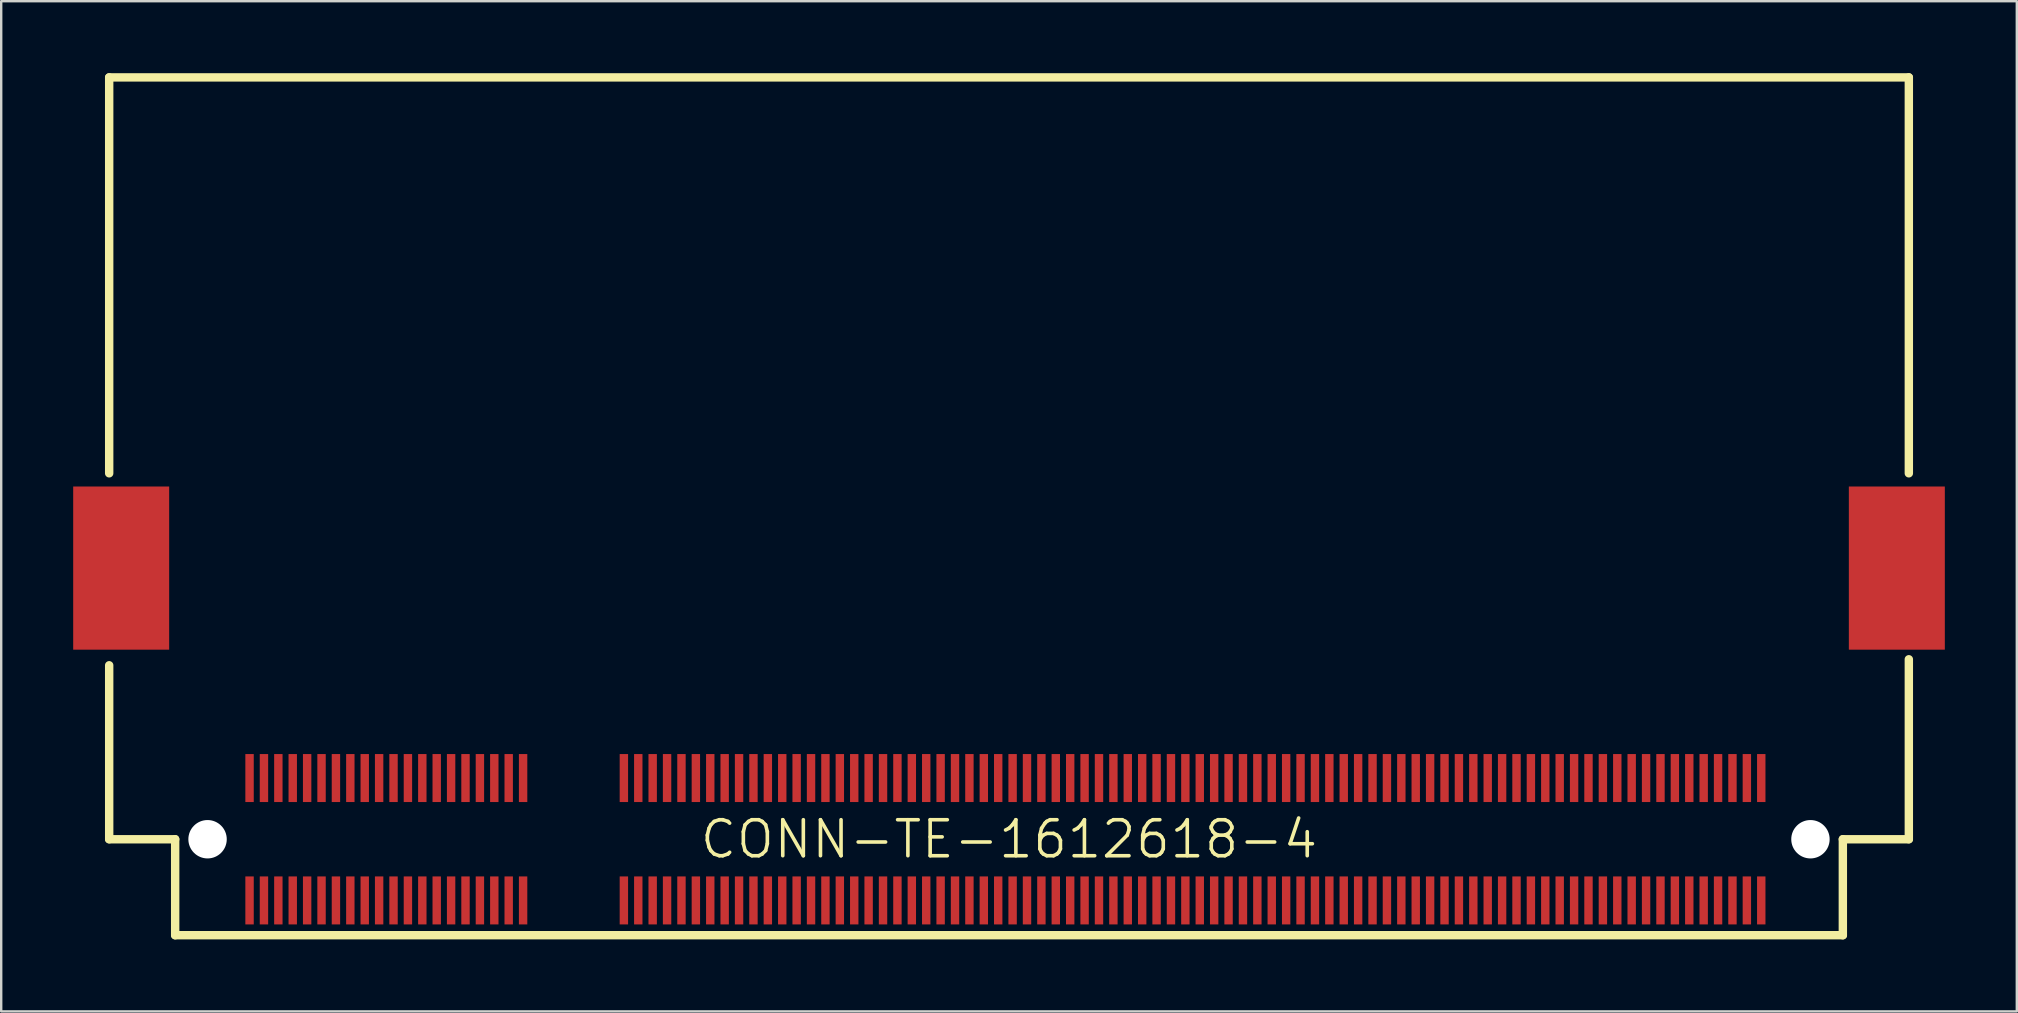
<source format=kicad_pcb>
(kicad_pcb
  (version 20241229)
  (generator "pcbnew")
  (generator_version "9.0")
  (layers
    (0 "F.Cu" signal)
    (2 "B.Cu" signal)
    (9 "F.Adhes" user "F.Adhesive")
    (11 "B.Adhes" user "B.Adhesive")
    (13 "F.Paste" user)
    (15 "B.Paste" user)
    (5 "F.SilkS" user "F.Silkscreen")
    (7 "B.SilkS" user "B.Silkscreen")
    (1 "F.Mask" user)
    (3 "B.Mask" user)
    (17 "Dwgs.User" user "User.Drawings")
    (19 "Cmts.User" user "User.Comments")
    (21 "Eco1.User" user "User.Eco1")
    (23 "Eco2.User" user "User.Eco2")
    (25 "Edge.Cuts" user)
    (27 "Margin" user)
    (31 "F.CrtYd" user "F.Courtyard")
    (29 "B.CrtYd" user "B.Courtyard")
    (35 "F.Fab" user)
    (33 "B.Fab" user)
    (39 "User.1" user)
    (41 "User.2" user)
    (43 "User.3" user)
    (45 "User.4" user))
  (footprint "CONN-TE-1612618-4"
    (layer "F.Cu")
    (at 39 31.925)
    (property "Reference" "CONN-TE-1612618-4" (at 0 0 0) (layer "F.SilkS") (effects (font (size 1.5 1.5) (thickness 0.15))))
    (attr through_hole)
    (fp_line (start -37.5 -31.75) (end -37.5 -15.25) (stroke (width 0.35) (type solid)) (layer "F.SilkS"))
    (fp_line (start -37.5 -31.75) (end 37.5 -31.75) (stroke (width 0.35) (type solid)) (layer "F.SilkS"))
    (fp_line (start -37.5 0) (end -37.5 -7.25) (stroke (width 0.35) (type solid)) (layer "F.SilkS"))
    (fp_line (start -37.5 0) (end -34.75 0) (stroke (width 0.35) (type solid)) (layer "F.SilkS"))
    (fp_line (start -34.75 0) (end -34.75 4) (stroke (width 0.35) (type solid)) (layer "F.SilkS"))
    (fp_line (start -34.75 4) (end 34.75 4) (stroke (width 0.35) (type solid)) (layer "F.SilkS"))
    (fp_line (start 34.75 0) (end 37.5 0) (stroke (width 0.35) (type solid)) (layer "F.SilkS"))
    (fp_line (start 34.75 4) (end 34.75 0) (stroke (width 0.35) (type solid)) (layer "F.SilkS"))
    (fp_line (start 37.5 -31.75) (end 37.5 -15.25) (stroke (width 0.35) (type solid)) (layer "F.SilkS"))
    (fp_line (start 37.5 0) (end 37.5 -7.5) (stroke (width 0.35) (type solid)) (layer "F.SilkS"))
    (pad "" np_thru_hole circle (at -33.4 0) (size 1.6 1.6) (drill 1.6) (layers "*.Cu" "*.Mask"))
    (pad "" np_thru_hole circle (at 33.4 0) (size 1.6 1.6) (drill 1.6) (layers "*.Cu" "*.Mask"))
    (pad "1" smd rect (at -31.65 2.55) (size 0.35 2) (layers "F.Cu" "F.Mask" "F.Paste"))
    (pad "2" smd rect (at -31.65 -2.55) (size 0.35 2) (layers "F.Cu" "F.Mask" "F.Paste"))
    (pad "3" smd rect (at -31.05 2.55) (size 0.35 2) (layers "F.Cu" "F.Mask" "F.Paste"))
    (pad "4" smd rect (at -31.05 -2.55) (size 0.35 2) (layers "F.Cu" "F.Mask" "F.Paste"))
    (pad "5" smd rect (at -30.45 2.55) (size 0.35 2) (layers "F.Cu" "F.Mask" "F.Paste"))
    (pad "6" smd rect (at -30.45 -2.55) (size 0.35 2) (layers "F.Cu" "F.Mask" "F.Paste"))
    (pad "7" smd rect (at -29.85 2.55) (size 0.35 2) (layers "F.Cu" "F.Mask" "F.Paste"))
    (pad "8" smd rect (at -29.85 -2.55) (size 0.35 2) (layers "F.Cu" "F.Mask" "F.Paste"))
    (pad "9" smd rect (at -29.25 2.55) (size 0.35 2) (layers "F.Cu" "F.Mask" "F.Paste"))
    (pad "10" smd rect (at -29.25 -2.55) (size 0.35 2) (layers "F.Cu" "F.Mask" "F.Paste"))
    (pad "11" smd rect (at -28.65 2.55) (size 0.35 2) (layers "F.Cu" "F.Mask" "F.Paste"))
    (pad "12" smd rect (at -28.65 -2.55) (size 0.35 2) (layers "F.Cu" "F.Mask" "F.Paste"))
    (pad "13" smd rect (at -28.05 2.55) (size 0.35 2) (layers "F.Cu" "F.Mask" "F.Paste"))
    (pad "14" smd rect (at -28.05 -2.55) (size 0.35 2) (layers "F.Cu" "F.Mask" "F.Paste"))
    (pad "15" smd rect (at -27.45 2.55) (size 0.35 2) (layers "F.Cu" "F.Mask" "F.Paste"))
    (pad "16" smd rect (at -27.45 -2.55) (size 0.35 2) (layers "F.Cu" "F.Mask" "F.Paste"))
    (pad "17" smd rect (at -26.85 2.55) (size 0.35 2) (layers "F.Cu" "F.Mask" "F.Paste"))
    (pad "18" smd rect (at -26.85 -2.55) (size 0.35 2) (layers "F.Cu" "F.Mask" "F.Paste"))
    (pad "19" smd rect (at -26.25 2.55) (size 0.35 2) (layers "F.Cu" "F.Mask" "F.Paste"))
    (pad "20" smd rect (at -26.25 -2.55) (size 0.35 2) (layers "F.Cu" "F.Mask" "F.Paste"))
    (pad "21" smd rect (at -25.65 2.55) (size 0.35 2) (layers "F.Cu" "F.Mask" "F.Paste"))
    (pad "22" smd rect (at -25.65 -2.55) (size 0.35 2) (layers "F.Cu" "F.Mask" "F.Paste"))
    (pad "23" smd rect (at -25.05 2.55) (size 0.35 2) (layers "F.Cu" "F.Mask" "F.Paste"))
    (pad "24" smd rect (at -25.05 -2.55) (size 0.35 2) (layers "F.Cu" "F.Mask" "F.Paste"))
    (pad "25" smd rect (at -24.45 2.55) (size 0.35 2) (layers "F.Cu" "F.Mask" "F.Paste"))
    (pad "26" smd rect (at -24.45 -2.55) (size 0.35 2) (layers "F.Cu" "F.Mask" "F.Paste"))
    (pad "27" smd rect (at -23.85 2.55) (size 0.35 2) (layers "F.Cu" "F.Mask" "F.Paste"))
    (pad "28" smd rect (at -23.85 -2.55) (size 0.35 2) (layers "F.Cu" "F.Mask" "F.Paste"))
    (pad "29" smd rect (at -23.25 2.55) (size 0.35 2) (layers "F.Cu" "F.Mask" "F.Paste"))
    (pad "30" smd rect (at -23.25 -2.55) (size 0.35 2) (layers "F.Cu" "F.Mask" "F.Paste"))
    (pad "31" smd rect (at -22.65 2.55) (size 0.35 2) (layers "F.Cu" "F.Mask" "F.Paste"))
    (pad "32" smd rect (at -22.65 -2.55) (size 0.35 2) (layers "F.Cu" "F.Mask" "F.Paste"))
    (pad "33" smd rect (at -22.05 2.55) (size 0.35 2) (layers "F.Cu" "F.Mask" "F.Paste"))
    (pad "34" smd rect (at -22.05 -2.55) (size 0.35 2) (layers "F.Cu" "F.Mask" "F.Paste"))
    (pad "35" smd rect (at -21.45 2.55) (size 0.35 2) (layers "F.Cu" "F.Mask" "F.Paste"))
    (pad "36" smd rect (at -21.45 -2.55) (size 0.35 2) (layers "F.Cu" "F.Mask" "F.Paste"))
    (pad "37" smd rect (at -20.85 2.55) (size 0.35 2) (layers "F.Cu" "F.Mask" "F.Paste"))
    (pad "38" smd rect (at -20.85 -2.55) (size 0.35 2) (layers "F.Cu" "F.Mask" "F.Paste"))
    (pad "39" smd rect (at -20.25 2.55) (size 0.35 2) (layers "F.Cu" "F.Mask" "F.Paste"))
    (pad "40" smd rect (at -20.25 -2.55) (size 0.35 2) (layers "F.Cu" "F.Mask" "F.Paste"))
    (pad "41" smd rect (at -16.05 2.55) (size 0.35 2) (layers "F.Cu" "F.Mask" "F.Paste"))
    (pad "42" smd rect (at -16.05 -2.55) (size 0.35 2) (layers "F.Cu" "F.Mask" "F.Paste"))
    (pad "43" smd rect (at -15.45 2.55) (size 0.35 2) (layers "F.Cu" "F.Mask" "F.Paste"))
    (pad "44" smd rect (at -15.45 -2.55) (size 0.35 2) (layers "F.Cu" "F.Mask" "F.Paste"))
    (pad "45" smd rect (at -14.85 2.55) (size 0.35 2) (layers "F.Cu" "F.Mask" "F.Paste"))
    (pad "46" smd rect (at -14.85 -2.55) (size 0.35 2) (layers "F.Cu" "F.Mask" "F.Paste"))
    (pad "47" smd rect (at -14.25 2.55) (size 0.35 2) (layers "F.Cu" "F.Mask" "F.Paste"))
    (pad "48" smd rect (at -14.25 -2.55) (size 0.35 2) (layers "F.Cu" "F.Mask" "F.Paste"))
    (pad "49" smd rect (at -13.65 2.55) (size 0.35 2) (layers "F.Cu" "F.Mask" "F.Paste"))
    (pad "50" smd rect (at -13.65 -2.55) (size 0.35 2) (layers "F.Cu" "F.Mask" "F.Paste"))
    (pad "51" smd rect (at -13.05 2.55) (size 0.35 2) (layers "F.Cu" "F.Mask" "F.Paste"))
    (pad "52" smd rect (at -13.05 -2.55) (size 0.35 2) (layers "F.Cu" "F.Mask" "F.Paste"))
    (pad "53" smd rect (at -12.45 2.55) (size 0.35 2) (layers "F.Cu" "F.Mask" "F.Paste"))
    (pad "54" smd rect (at -12.45 -2.55) (size 0.35 2) (layers "F.Cu" "F.Mask" "F.Paste"))
    (pad "55" smd rect (at -11.85 2.55) (size 0.35 2) (layers "F.Cu" "F.Mask" "F.Paste"))
    (pad "56" smd rect (at -11.85 -2.55) (size 0.35 2) (layers "F.Cu" "F.Mask" "F.Paste"))
    (pad "57" smd rect (at -11.25 2.55) (size 0.35 2) (layers "F.Cu" "F.Mask" "F.Paste"))
    (pad "58" smd rect (at -11.25 -2.55) (size 0.35 2) (layers "F.Cu" "F.Mask" "F.Paste"))
    (pad "59" smd rect (at -10.65 2.55) (size 0.35 2) (layers "F.Cu" "F.Mask" "F.Paste"))
    (pad "60" smd rect (at -10.65 -2.55) (size 0.35 2) (layers "F.Cu" "F.Mask" "F.Paste"))
    (pad "61" smd rect (at -10.05 2.55) (size 0.35 2) (layers "F.Cu" "F.Mask" "F.Paste"))
    (pad "62" smd rect (at -10.05 -2.55) (size 0.35 2) (layers "F.Cu" "F.Mask" "F.Paste"))
    (pad "63" smd rect (at -9.45 2.55) (size 0.35 2) (layers "F.Cu" "F.Mask" "F.Paste"))
    (pad "64" smd rect (at -9.45 -2.55) (size 0.35 2) (layers "F.Cu" "F.Mask" "F.Paste"))
    (pad "65" smd rect (at -8.85 2.55) (size 0.35 2) (layers "F.Cu" "F.Mask" "F.Paste"))
    (pad "66" smd rect (at -8.85 -2.55) (size 0.35 2) (layers "F.Cu" "F.Mask" "F.Paste"))
    (pad "67" smd rect (at -8.25 2.55) (size 0.35 2) (layers "F.Cu" "F.Mask" "F.Paste"))
    (pad "68" smd rect (at -8.25 -2.55) (size 0.35 2) (layers "F.Cu" "F.Mask" "F.Paste"))
    (pad "69" smd rect (at -7.65 2.55) (size 0.35 2) (layers "F.Cu" "F.Mask" "F.Paste"))
    (pad "70" smd rect (at -7.65 -2.55) (size 0.35 2) (layers "F.Cu" "F.Mask" "F.Paste"))
    (pad "71" smd rect (at -7.05 2.55) (size 0.35 2) (layers "F.Cu" "F.Mask" "F.Paste"))
    (pad "72" smd rect (at -7.05 -2.55) (size 0.35 2) (layers "F.Cu" "F.Mask" "F.Paste"))
    (pad "73" smd rect (at -6.45 2.55) (size 0.35 2) (layers "F.Cu" "F.Mask" "F.Paste"))
    (pad "74" smd rect (at -6.45 -2.55) (size 0.35 2) (layers "F.Cu" "F.Mask" "F.Paste"))
    (pad "75" smd rect (at -5.85 2.55) (size 0.35 2) (layers "F.Cu" "F.Mask" "F.Paste"))
    (pad "76" smd rect (at -5.85 -2.55) (size 0.35 2) (layers "F.Cu" "F.Mask" "F.Paste"))
    (pad "77" smd rect (at -5.25 2.55) (size 0.35 2) (layers "F.Cu" "F.Mask" "F.Paste"))
    (pad "78" smd rect (at -5.25 -2.55) (size 0.35 2) (layers "F.Cu" "F.Mask" "F.Paste"))
    (pad "79" smd rect (at -4.65 2.55) (size 0.35 2) (layers "F.Cu" "F.Mask" "F.Paste"))
    (pad "80" smd rect (at -4.65 -2.55) (size 0.35 2) (layers "F.Cu" "F.Mask" "F.Paste"))
    (pad "81" smd rect (at -4.05 2.55) (size 0.35 2) (layers "F.Cu" "F.Mask" "F.Paste"))
    (pad "82" smd rect (at -4.05 -2.55) (size 0.35 2) (layers "F.Cu" "F.Mask" "F.Paste"))
    (pad "83" smd rect (at -3.45 2.55) (size 0.35 2) (layers "F.Cu" "F.Mask" "F.Paste"))
    (pad "84" smd rect (at -3.45 -2.55) (size 0.35 2) (layers "F.Cu" "F.Mask" "F.Paste"))
    (pad "85" smd rect (at -2.85 2.55) (size 0.35 2) (layers "F.Cu" "F.Mask" "F.Paste"))
    (pad "86" smd rect (at -2.85 -2.55) (size 0.35 2) (layers "F.Cu" "F.Mask" "F.Paste"))
    (pad "87" smd rect (at -2.25 2.55) (size 0.35 2) (layers "F.Cu" "F.Mask" "F.Paste"))
    (pad "88" smd rect (at -2.25 -2.55) (size 0.35 2) (layers "F.Cu" "F.Mask" "F.Paste"))
    (pad "89" smd rect (at -1.65 2.55) (size 0.35 2) (layers "F.Cu" "F.Mask" "F.Paste"))
    (pad "90" smd rect (at -1.65 -2.55) (size 0.35 2) (layers "F.Cu" "F.Mask" "F.Paste"))
    (pad "91" smd rect (at -1.05 2.55) (size 0.35 2) (layers "F.Cu" "F.Mask" "F.Paste"))
    (pad "92" smd rect (at -1.05 -2.55) (size 0.35 2) (layers "F.Cu" "F.Mask" "F.Paste"))
    (pad "93" smd rect (at -0.45 2.55) (size 0.35 2) (layers "F.Cu" "F.Mask" "F.Paste"))
    (pad "94" smd rect (at -0.45 -2.55) (size 0.35 2) (layers "F.Cu" "F.Mask" "F.Paste"))
    (pad "95" smd rect (at 0.15 2.55) (size 0.35 2) (layers "F.Cu" "F.Mask" "F.Paste"))
    (pad "96" smd rect (at 0.15 -2.55) (size 0.35 2) (layers "F.Cu" "F.Mask" "F.Paste"))
    (pad "97" smd rect (at 0.75 2.55) (size 0.35 2) (layers "F.Cu" "F.Mask" "F.Paste"))
    (pad "98" smd rect (at 0.75 -2.55) (size 0.35 2) (layers "F.Cu" "F.Mask" "F.Paste"))
    (pad "99" smd rect (at 1.35 2.55) (size 0.35 2) (layers "F.Cu" "F.Mask" "F.Paste"))
    (pad "100" smd rect (at 1.35 -2.55) (size 0.35 2) (layers "F.Cu" "F.Mask" "F.Paste"))
    (pad "101" smd rect (at 1.95 2.55) (size 0.35 2) (layers "F.Cu" "F.Mask" "F.Paste"))
    (pad "102" smd rect (at 1.95 -2.55) (size 0.35 2) (layers "F.Cu" "F.Mask" "F.Paste"))
    (pad "103" smd rect (at 2.55 2.55) (size 0.35 2) (layers "F.Cu" "F.Mask" "F.Paste"))
    (pad "104" smd rect (at 2.55 -2.55) (size 0.35 2) (layers "F.Cu" "F.Mask" "F.Paste"))
    (pad "105" smd rect (at 3.15 2.55) (size 0.35 2) (layers "F.Cu" "F.Mask" "F.Paste"))
    (pad "106" smd rect (at 3.15 -2.55) (size 0.35 2) (layers "F.Cu" "F.Mask" "F.Paste"))
    (pad "107" smd rect (at 3.75 2.55) (size 0.35 2) (layers "F.Cu" "F.Mask" "F.Paste"))
    (pad "108" smd rect (at 3.75 -2.55) (size 0.35 2) (layers "F.Cu" "F.Mask" "F.Paste"))
    (pad "109" smd rect (at 4.35 2.55) (size 0.35 2) (layers "F.Cu" "F.Mask" "F.Paste"))
    (pad "110" smd rect (at 4.35 -2.55) (size 0.35 2) (layers "F.Cu" "F.Mask" "F.Paste"))
    (pad "111" smd rect (at 4.95 2.55) (size 0.35 2) (layers "F.Cu" "F.Mask" "F.Paste"))
    (pad "112" smd rect (at 4.95 -2.55) (size 0.35 2) (layers "F.Cu" "F.Mask" "F.Paste"))
    (pad "113" smd rect (at 5.55 2.55) (size 0.35 2) (layers "F.Cu" "F.Mask" "F.Paste"))
    (pad "114" smd rect (at 5.55 -2.55) (size 0.35 2) (layers "F.Cu" "F.Mask" "F.Paste"))
    (pad "115" smd rect (at 6.15 2.55) (size 0.35 2) (layers "F.Cu" "F.Mask" "F.Paste"))
    (pad "116" smd rect (at 6.15 -2.55) (size 0.35 2) (layers "F.Cu" "F.Mask" "F.Paste"))
    (pad "117" smd rect (at 6.75 2.55) (size 0.35 2) (layers "F.Cu" "F.Mask" "F.Paste"))
    (pad "118" smd rect (at 6.75 -2.55) (size 0.35 2) (layers "F.Cu" "F.Mask" "F.Paste"))
    (pad "119" smd rect (at 7.35 2.55) (size 0.35 2) (layers "F.Cu" "F.Mask" "F.Paste"))
    (pad "120" smd rect (at 7.35 -2.55) (size 0.35 2) (layers "F.Cu" "F.Mask" "F.Paste"))
    (pad "121" smd rect (at 7.95 2.55) (size 0.35 2) (layers "F.Cu" "F.Mask" "F.Paste"))
    (pad "122" smd rect (at 7.95 -2.55) (size 0.35 2) (layers "F.Cu" "F.Mask" "F.Paste"))
    (pad "123" smd rect (at 8.55 2.55) (size 0.35 2) (layers "F.Cu" "F.Mask" "F.Paste"))
    (pad "124" smd rect (at 8.55 -2.55) (size 0.35 2) (layers "F.Cu" "F.Mask" "F.Paste"))
    (pad "125" smd rect (at 9.15 2.55) (size 0.35 2) (layers "F.Cu" "F.Mask" "F.Paste"))
    (pad "126" smd rect (at 9.15 -2.55) (size 0.35 2) (layers "F.Cu" "F.Mask" "F.Paste"))
    (pad "127" smd rect (at 9.75 2.55) (size 0.35 2) (layers "F.Cu" "F.Mask" "F.Paste"))
    (pad "128" smd rect (at 9.75 -2.55) (size 0.35 2) (layers "F.Cu" "F.Mask" "F.Paste"))
    (pad "129" smd rect (at 10.35 2.55) (size 0.35 2) (layers "F.Cu" "F.Mask" "F.Paste"))
    (pad "130" smd rect (at 10.35 -2.55) (size 0.35 2) (layers "F.Cu" "F.Mask" "F.Paste"))
    (pad "131" smd rect (at 10.95 2.55) (size 0.35 2) (layers "F.Cu" "F.Mask" "F.Paste"))
    (pad "132" smd rect (at 10.95 -2.55) (size 0.35 2) (layers "F.Cu" "F.Mask" "F.Paste"))
    (pad "133" smd rect (at 11.55 2.55) (size 0.35 2) (layers "F.Cu" "F.Mask" "F.Paste"))
    (pad "134" smd rect (at 11.55 -2.55) (size 0.35 2) (layers "F.Cu" "F.Mask" "F.Paste"))
    (pad "135" smd rect (at 12.15 2.55) (size 0.35 2) (layers "F.Cu" "F.Mask" "F.Paste"))
    (pad "136" smd rect (at 12.15 -2.55) (size 0.35 2) (layers "F.Cu" "F.Mask" "F.Paste"))
    (pad "137" smd rect (at 12.75 2.55) (size 0.35 2) (layers "F.Cu" "F.Mask" "F.Paste"))
    (pad "138" smd rect (at 12.75 -2.55) (size 0.35 2) (layers "F.Cu" "F.Mask" "F.Paste"))
    (pad "139" smd rect (at 13.35 2.55) (size 0.35 2) (layers "F.Cu" "F.Mask" "F.Paste"))
    (pad "140" smd rect (at 13.35 -2.55) (size 0.35 2) (layers "F.Cu" "F.Mask" "F.Paste"))
    (pad "141" smd rect (at 13.95 2.55) (size 0.35 2) (layers "F.Cu" "F.Mask" "F.Paste"))
    (pad "142" smd rect (at 13.95 -2.55) (size 0.35 2) (layers "F.Cu" "F.Mask" "F.Paste"))
    (pad "143" smd rect (at 14.55 2.55) (size 0.35 2) (layers "F.Cu" "F.Mask" "F.Paste"))
    (pad "144" smd rect (at 14.55 -2.55) (size 0.35 2) (layers "F.Cu" "F.Mask" "F.Paste"))
    (pad "145" smd rect (at 15.15 2.55) (size 0.35 2) (layers "F.Cu" "F.Mask" "F.Paste"))
    (pad "146" smd rect (at 15.15 -2.55) (size 0.35 2) (layers "F.Cu" "F.Mask" "F.Paste"))
    (pad "147" smd rect (at 15.75 2.55) (size 0.35 2) (layers "F.Cu" "F.Mask" "F.Paste"))
    (pad "148" smd rect (at 15.75 -2.55) (size 0.35 2) (layers "F.Cu" "F.Mask" "F.Paste"))
    (pad "149" smd rect (at 16.35 2.55) (size 0.35 2) (layers "F.Cu" "F.Mask" "F.Paste"))
    (pad "150" smd rect (at 16.35 -2.55) (size 0.35 2) (layers "F.Cu" "F.Mask" "F.Paste"))
    (pad "151" smd rect (at 16.95 2.55) (size 0.35 2) (layers "F.Cu" "F.Mask" "F.Paste"))
    (pad "152" smd rect (at 16.95 -2.55) (size 0.35 2) (layers "F.Cu" "F.Mask" "F.Paste"))
    (pad "153" smd rect (at 17.55 2.55) (size 0.35 2) (layers "F.Cu" "F.Mask" "F.Paste"))
    (pad "154" smd rect (at 17.55 -2.55) (size 0.35 2) (layers "F.Cu" "F.Mask" "F.Paste"))
    (pad "155" smd rect (at 18.15 2.55) (size 0.35 2) (layers "F.Cu" "F.Mask" "F.Paste"))
    (pad "156" smd rect (at 18.15 -2.55) (size 0.35 2) (layers "F.Cu" "F.Mask" "F.Paste"))
    (pad "157" smd rect (at 18.75 2.55) (size 0.35 2) (layers "F.Cu" "F.Mask" "F.Paste"))
    (pad "158" smd rect (at 18.75 -2.55) (size 0.35 2) (layers "F.Cu" "F.Mask" "F.Paste"))
    (pad "159" smd rect (at 19.35 2.55) (size 0.35 2) (layers "F.Cu" "F.Mask" "F.Paste"))
    (pad "160" smd rect (at 19.35 -2.55) (size 0.35 2) (layers "F.Cu" "F.Mask" "F.Paste"))
    (pad "161" smd rect (at 19.95 2.55) (size 0.35 2) (layers "F.Cu" "F.Mask" "F.Paste"))
    (pad "162" smd rect (at 19.95 -2.55) (size 0.35 2) (layers "F.Cu" "F.Mask" "F.Paste"))
    (pad "163" smd rect (at 20.55 2.55) (size 0.35 2) (layers "F.Cu" "F.Mask" "F.Paste"))
    (pad "164" smd rect (at 20.55 -2.55) (size 0.35 2) (layers "F.Cu" "F.Mask" "F.Paste"))
    (pad "165" smd rect (at 21.15 2.55) (size 0.35 2) (layers "F.Cu" "F.Mask" "F.Paste"))
    (pad "166" smd rect (at 21.15 -2.55) (size 0.35 2) (layers "F.Cu" "F.Mask" "F.Paste"))
    (pad "167" smd rect (at 21.75 2.55) (size 0.35 2) (layers "F.Cu" "F.Mask" "F.Paste"))
    (pad "168" smd rect (at 21.75 -2.55) (size 0.35 2) (layers "F.Cu" "F.Mask" "F.Paste"))
    (pad "169" smd rect (at 22.35 2.55) (size 0.35 2) (layers "F.Cu" "F.Mask" "F.Paste"))
    (pad "170" smd rect (at 22.35 -2.55) (size 0.35 2) (layers "F.Cu" "F.Mask" "F.Paste"))
    (pad "171" smd rect (at 22.95 2.55) (size 0.35 2) (layers "F.Cu" "F.Mask" "F.Paste"))
    (pad "172" smd rect (at 22.95 -2.55) (size 0.35 2) (layers "F.Cu" "F.Mask" "F.Paste"))
    (pad "173" smd rect (at 23.55 2.55) (size 0.35 2) (layers "F.Cu" "F.Mask" "F.Paste"))
    (pad "174" smd rect (at 23.55 -2.55) (size 0.35 2) (layers "F.Cu" "F.Mask" "F.Paste"))
    (pad "175" smd rect (at 24.15 2.55) (size 0.35 2) (layers "F.Cu" "F.Mask" "F.Paste"))
    (pad "176" smd rect (at 24.15 -2.55) (size 0.35 2) (layers "F.Cu" "F.Mask" "F.Paste"))
    (pad "177" smd rect (at 24.75 2.55) (size 0.35 2) (layers "F.Cu" "F.Mask" "F.Paste"))
    (pad "178" smd rect (at 24.75 -2.55) (size 0.35 2) (layers "F.Cu" "F.Mask" "F.Paste"))
    (pad "179" smd rect (at 25.35 2.55) (size 0.35 2) (layers "F.Cu" "F.Mask" "F.Paste"))
    (pad "180" smd rect (at 25.35 -2.55) (size 0.35 2) (layers "F.Cu" "F.Mask" "F.Paste"))
    (pad "181" smd rect (at 25.95 2.55) (size 0.35 2) (layers "F.Cu" "F.Mask" "F.Paste"))
    (pad "182" smd rect (at 25.95 -2.55) (size 0.35 2) (layers "F.Cu" "F.Mask" "F.Paste"))
    (pad "183" smd rect (at 26.55 2.55) (size 0.35 2) (layers "F.Cu" "F.Mask" "F.Paste"))
    (pad "184" smd rect (at 26.55 -2.55) (size 0.35 2) (layers "F.Cu" "F.Mask" "F.Paste"))
    (pad "185" smd rect (at 27.15 2.55) (size 0.35 2) (layers "F.Cu" "F.Mask" "F.Paste"))
    (pad "186" smd rect (at 27.15 -2.55) (size 0.35 2) (layers "F.Cu" "F.Mask" "F.Paste"))
    (pad "187" smd rect (at 27.75 2.55) (size 0.35 2) (layers "F.Cu" "F.Mask" "F.Paste"))
    (pad "188" smd rect (at 27.75 -2.55) (size 0.35 2) (layers "F.Cu" "F.Mask" "F.Paste"))
    (pad "189" smd rect (at 28.35 2.55) (size 0.35 2) (layers "F.Cu" "F.Mask" "F.Paste"))
    (pad "190" smd rect (at 28.35 -2.55) (size 0.35 2) (layers "F.Cu" "F.Mask" "F.Paste"))
    (pad "191" smd rect (at 28.95 2.55) (size 0.35 2) (layers "F.Cu" "F.Mask" "F.Paste"))
    (pad "192" smd rect (at 28.95 -2.55) (size 0.35 2) (layers "F.Cu" "F.Mask" "F.Paste"))
    (pad "193" smd rect (at 29.55 2.55) (size 0.35 2) (layers "F.Cu" "F.Mask" "F.Paste"))
    (pad "194" smd rect (at 29.55 -2.55) (size 0.35 2) (layers "F.Cu" "F.Mask" "F.Paste"))
    (pad "195" smd rect (at 30.15 2.55) (size 0.35 2) (layers "F.Cu" "F.Mask" "F.Paste"))
    (pad "196" smd rect (at 30.15 -2.55) (size 0.35 2) (layers "F.Cu" "F.Mask" "F.Paste"))
    (pad "197" smd rect (at 30.75 2.55) (size 0.35 2) (layers "F.Cu" "F.Mask" "F.Paste"))
    (pad "198" smd rect (at 30.75 -2.55) (size 0.35 2) (layers "F.Cu" "F.Mask" "F.Paste"))
    (pad "199" smd rect (at 31.35 2.55) (size 0.35 2) (layers "F.Cu" "F.Mask" "F.Paste"))
    (pad "200" smd rect (at 31.35 -2.55) (size 0.35 2) (layers "F.Cu" "F.Mask" "F.Paste"))
    (pad "M" smd rect (at -37 -11.3) (size 4 6.8) (layers "F.Cu" "F.Mask" "F.Paste"))
    (pad "M" smd rect (at 37 -11.3) (size 4 6.8) (layers "F.Cu" "F.Mask" "F.Paste")))
  (gr_rect
    (start -3 -3)
    (end 81 39.1)
    (stroke (width 0.1) (type default))
    (fill no)
    (layer "Edge.Cuts")))
</source>
